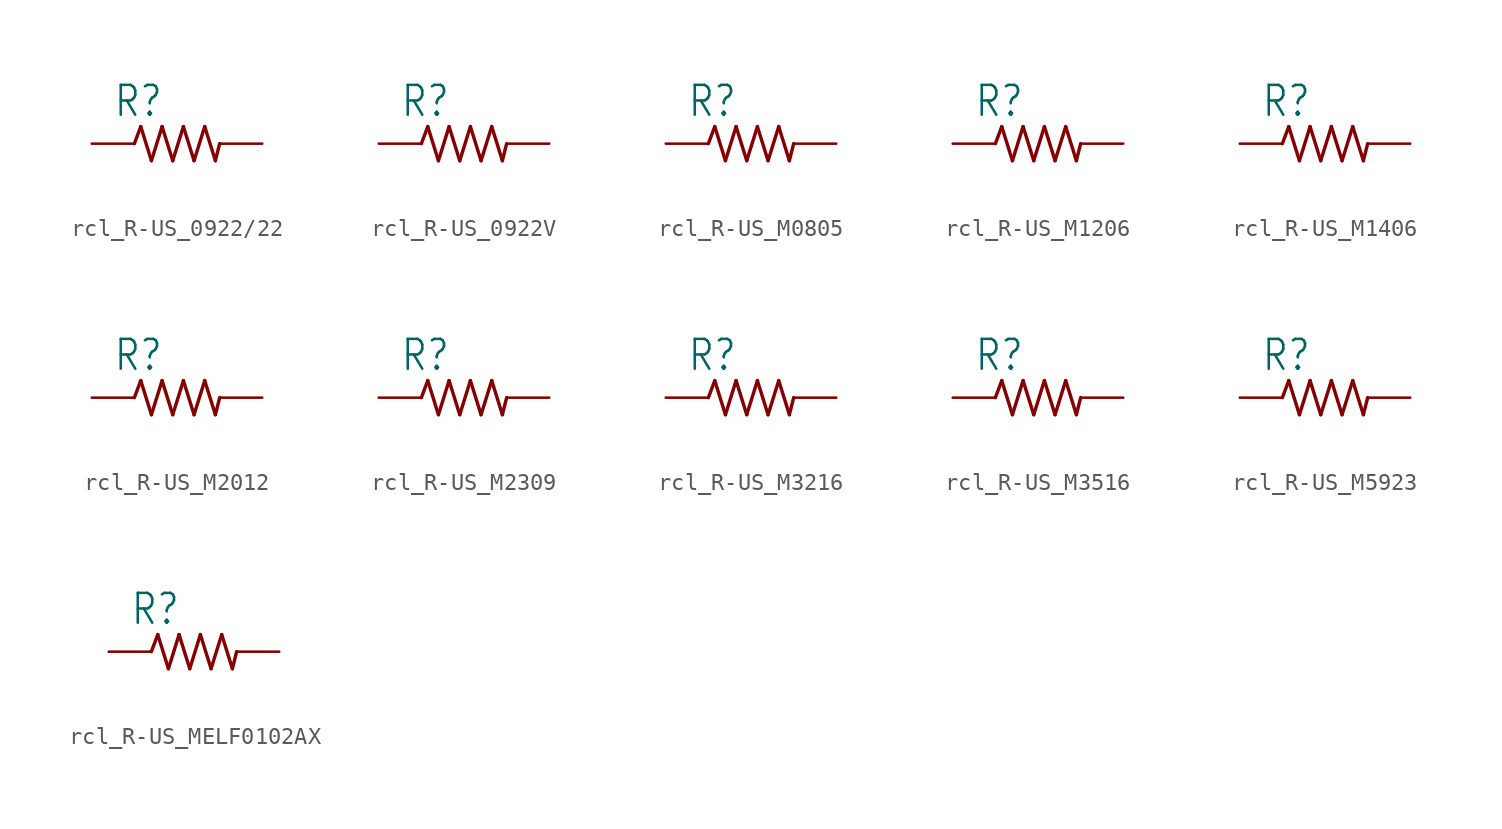
<source format=kicad_sym>
(kicad_symbol_lib
  (version 20231120)
  (generator "kicad_symbol_editor")
  (generator_version "8.0")
  (symbol "rcl_R-US_0922/22"
    (property "Reference" "R"
      (at -3.81 1.499 0)
      (effects (font (size 1.778 1.511)) (justify left bottom)))
    (property "Value" ""
      (at -3.81 -3.302 0)
      (effects (font (size 1.778 1.511)) (justify left bottom)))
    (property "ki_locked" ""
      (at 0 0 0)
      (effects (font (size 1.27 1.27))))
    (symbol "rcl_R-US_0922/22_1_0"
      (polyline (pts (xy -2.54 0) (xy -2.159 1.016)) (stroke (width 0.203) (type solid)) (fill (type none)))
      (polyline (pts (xy -2.159 1.016) (xy -1.524 -1.016)) (stroke (width 0.203) (type solid)) (fill (type none)))
      (polyline (pts (xy -1.524 -1.016) (xy -0.889 1.016)) (stroke (width 0.203) (type solid)) (fill (type none)))
      (polyline (pts (xy -0.889 1.016) (xy -0.254 -1.016)) (stroke (width 0.203) (type solid)) (fill (type none)))
      (polyline (pts (xy -0.254 -1.016) (xy 0.381 1.016)) (stroke (width 0.203) (type solid)) (fill (type none)))
      (polyline (pts (xy 0.381 1.016) (xy 1.016 -1.016)) (stroke (width 0.203) (type solid)) (fill (type none)))
      (polyline (pts (xy 1.016 -1.016) (xy 1.651 1.016)) (stroke (width 0.203) (type solid)) (fill (type none)))
      (polyline (pts (xy 1.651 1.016) (xy 2.286 -1.016)) (stroke (width 0.203) (type solid)) (fill (type none)))
      (polyline (pts (xy 2.286 -1.016) (xy 2.54 0)) (stroke (width 0.203) (type solid)) (fill (type none)))
      (pin passive line (at -5.08 0 0) (length 2.54) (name "1" (effects (font (size 0 0)))) (number "1" (effects (font (size 0 0)))))
      (pin passive line (at 5.08 0 180) (length 2.54) (name "2" (effects (font (size 0 0)))) (number "2" (effects (font (size 0 0)))))))
  (symbol "rcl_R-US_0922V"
    (property "Reference" "R"
      (at -3.81 1.499 0)
      (effects (font (size 1.778 1.511)) (justify left bottom)))
    (property "Value" ""
      (at -3.81 -3.302 0)
      (effects (font (size 1.778 1.511)) (justify left bottom)))
    (property "ki_locked" ""
      (at 0 0 0)
      (effects (font (size 1.27 1.27))))
    (symbol "rcl_R-US_0922V_1_0"
      (polyline (pts (xy -2.54 0) (xy -2.159 1.016)) (stroke (width 0.203) (type solid)) (fill (type none)))
      (polyline (pts (xy -2.159 1.016) (xy -1.524 -1.016)) (stroke (width 0.203) (type solid)) (fill (type none)))
      (polyline (pts (xy -1.524 -1.016) (xy -0.889 1.016)) (stroke (width 0.203) (type solid)) (fill (type none)))
      (polyline (pts (xy -0.889 1.016) (xy -0.254 -1.016)) (stroke (width 0.203) (type solid)) (fill (type none)))
      (polyline (pts (xy -0.254 -1.016) (xy 0.381 1.016)) (stroke (width 0.203) (type solid)) (fill (type none)))
      (polyline (pts (xy 0.381 1.016) (xy 1.016 -1.016)) (stroke (width 0.203) (type solid)) (fill (type none)))
      (polyline (pts (xy 1.016 -1.016) (xy 1.651 1.016)) (stroke (width 0.203) (type solid)) (fill (type none)))
      (polyline (pts (xy 1.651 1.016) (xy 2.286 -1.016)) (stroke (width 0.203) (type solid)) (fill (type none)))
      (polyline (pts (xy 2.286 -1.016) (xy 2.54 0)) (stroke (width 0.203) (type solid)) (fill (type none)))
      (pin passive line (at -5.08 0 0) (length 2.54) (name "1" (effects (font (size 0 0)))) (number "1" (effects (font (size 0 0)))))
      (pin passive line (at 5.08 0 180) (length 2.54) (name "2" (effects (font (size 0 0)))) (number "2" (effects (font (size 0 0)))))))
  (symbol "rcl_R-US_M0805"
    (property "Reference" "R"
      (at -3.81 1.499 0)
      (effects (font (size 1.778 1.511)) (justify left bottom)))
    (property "Value" ""
      (at -3.81 -3.302 0)
      (effects (font (size 1.778 1.511)) (justify left bottom)))
    (property "ki_locked" ""
      (at 0 0 0)
      (effects (font (size 1.27 1.27))))
    (symbol "rcl_R-US_M0805_1_0"
      (polyline (pts (xy -2.54 0) (xy -2.159 1.016)) (stroke (width 0.203) (type solid)) (fill (type none)))
      (polyline (pts (xy -2.159 1.016) (xy -1.524 -1.016)) (stroke (width 0.203) (type solid)) (fill (type none)))
      (polyline (pts (xy -1.524 -1.016) (xy -0.889 1.016)) (stroke (width 0.203) (type solid)) (fill (type none)))
      (polyline (pts (xy -0.889 1.016) (xy -0.254 -1.016)) (stroke (width 0.203) (type solid)) (fill (type none)))
      (polyline (pts (xy -0.254 -1.016) (xy 0.381 1.016)) (stroke (width 0.203) (type solid)) (fill (type none)))
      (polyline (pts (xy 0.381 1.016) (xy 1.016 -1.016)) (stroke (width 0.203) (type solid)) (fill (type none)))
      (polyline (pts (xy 1.016 -1.016) (xy 1.651 1.016)) (stroke (width 0.203) (type solid)) (fill (type none)))
      (polyline (pts (xy 1.651 1.016) (xy 2.286 -1.016)) (stroke (width 0.203) (type solid)) (fill (type none)))
      (polyline (pts (xy 2.286 -1.016) (xy 2.54 0)) (stroke (width 0.203) (type solid)) (fill (type none)))
      (pin passive line (at -5.08 0 0) (length 2.54) (name "1" (effects (font (size 0 0)))) (number "1" (effects (font (size 0 0)))))
      (pin passive line (at 5.08 0 180) (length 2.54) (name "2" (effects (font (size 0 0)))) (number "2" (effects (font (size 0 0)))))))
  (symbol "rcl_R-US_M1206"
    (property "Reference" "R"
      (at -3.81 1.499 0)
      (effects (font (size 1.778 1.511)) (justify left bottom)))
    (property "Value" ""
      (at -3.81 -3.302 0)
      (effects (font (size 1.778 1.511)) (justify left bottom)))
    (property "ki_locked" ""
      (at 0 0 0)
      (effects (font (size 1.27 1.27))))
    (symbol "rcl_R-US_M1206_1_0"
      (polyline (pts (xy -2.54 0) (xy -2.159 1.016)) (stroke (width 0.203) (type solid)) (fill (type none)))
      (polyline (pts (xy -2.159 1.016) (xy -1.524 -1.016)) (stroke (width 0.203) (type solid)) (fill (type none)))
      (polyline (pts (xy -1.524 -1.016) (xy -0.889 1.016)) (stroke (width 0.203) (type solid)) (fill (type none)))
      (polyline (pts (xy -0.889 1.016) (xy -0.254 -1.016)) (stroke (width 0.203) (type solid)) (fill (type none)))
      (polyline (pts (xy -0.254 -1.016) (xy 0.381 1.016)) (stroke (width 0.203) (type solid)) (fill (type none)))
      (polyline (pts (xy 0.381 1.016) (xy 1.016 -1.016)) (stroke (width 0.203) (type solid)) (fill (type none)))
      (polyline (pts (xy 1.016 -1.016) (xy 1.651 1.016)) (stroke (width 0.203) (type solid)) (fill (type none)))
      (polyline (pts (xy 1.651 1.016) (xy 2.286 -1.016)) (stroke (width 0.203) (type solid)) (fill (type none)))
      (polyline (pts (xy 2.286 -1.016) (xy 2.54 0)) (stroke (width 0.203) (type solid)) (fill (type none)))
      (pin passive line (at -5.08 0 0) (length 2.54) (name "1" (effects (font (size 0 0)))) (number "1" (effects (font (size 0 0)))))
      (pin passive line (at 5.08 0 180) (length 2.54) (name "2" (effects (font (size 0 0)))) (number "2" (effects (font (size 0 0)))))))
  (symbol "rcl_R-US_M1406"
    (property "Reference" "R"
      (at -3.81 1.499 0)
      (effects (font (size 1.778 1.511)) (justify left bottom)))
    (property "Value" ""
      (at -3.81 -3.302 0)
      (effects (font (size 1.778 1.511)) (justify left bottom)))
    (property "ki_locked" ""
      (at 0 0 0)
      (effects (font (size 1.27 1.27))))
    (symbol "rcl_R-US_M1406_1_0"
      (polyline (pts (xy -2.54 0) (xy -2.159 1.016)) (stroke (width 0.203) (type solid)) (fill (type none)))
      (polyline (pts (xy -2.159 1.016) (xy -1.524 -1.016)) (stroke (width 0.203) (type solid)) (fill (type none)))
      (polyline (pts (xy -1.524 -1.016) (xy -0.889 1.016)) (stroke (width 0.203) (type solid)) (fill (type none)))
      (polyline (pts (xy -0.889 1.016) (xy -0.254 -1.016)) (stroke (width 0.203) (type solid)) (fill (type none)))
      (polyline (pts (xy -0.254 -1.016) (xy 0.381 1.016)) (stroke (width 0.203) (type solid)) (fill (type none)))
      (polyline (pts (xy 0.381 1.016) (xy 1.016 -1.016)) (stroke (width 0.203) (type solid)) (fill (type none)))
      (polyline (pts (xy 1.016 -1.016) (xy 1.651 1.016)) (stroke (width 0.203) (type solid)) (fill (type none)))
      (polyline (pts (xy 1.651 1.016) (xy 2.286 -1.016)) (stroke (width 0.203) (type solid)) (fill (type none)))
      (polyline (pts (xy 2.286 -1.016) (xy 2.54 0)) (stroke (width 0.203) (type solid)) (fill (type none)))
      (pin passive line (at -5.08 0 0) (length 2.54) (name "1" (effects (font (size 0 0)))) (number "1" (effects (font (size 0 0)))))
      (pin passive line (at 5.08 0 180) (length 2.54) (name "2" (effects (font (size 0 0)))) (number "2" (effects (font (size 0 0)))))))
  (symbol "rcl_R-US_M2012"
    (property "Reference" "R"
      (at -3.81 1.499 0)
      (effects (font (size 1.778 1.511)) (justify left bottom)))
    (property "Value" ""
      (at -3.81 -3.302 0)
      (effects (font (size 1.778 1.511)) (justify left bottom)))
    (property "ki_locked" ""
      (at 0 0 0)
      (effects (font (size 1.27 1.27))))
    (symbol "rcl_R-US_M2012_1_0"
      (polyline (pts (xy -2.54 0) (xy -2.159 1.016)) (stroke (width 0.203) (type solid)) (fill (type none)))
      (polyline (pts (xy -2.159 1.016) (xy -1.524 -1.016)) (stroke (width 0.203) (type solid)) (fill (type none)))
      (polyline (pts (xy -1.524 -1.016) (xy -0.889 1.016)) (stroke (width 0.203) (type solid)) (fill (type none)))
      (polyline (pts (xy -0.889 1.016) (xy -0.254 -1.016)) (stroke (width 0.203) (type solid)) (fill (type none)))
      (polyline (pts (xy -0.254 -1.016) (xy 0.381 1.016)) (stroke (width 0.203) (type solid)) (fill (type none)))
      (polyline (pts (xy 0.381 1.016) (xy 1.016 -1.016)) (stroke (width 0.203) (type solid)) (fill (type none)))
      (polyline (pts (xy 1.016 -1.016) (xy 1.651 1.016)) (stroke (width 0.203) (type solid)) (fill (type none)))
      (polyline (pts (xy 1.651 1.016) (xy 2.286 -1.016)) (stroke (width 0.203) (type solid)) (fill (type none)))
      (polyline (pts (xy 2.286 -1.016) (xy 2.54 0)) (stroke (width 0.203) (type solid)) (fill (type none)))
      (pin passive line (at -5.08 0 0) (length 2.54) (name "1" (effects (font (size 0 0)))) (number "1" (effects (font (size 0 0)))))
      (pin passive line (at 5.08 0 180) (length 2.54) (name "2" (effects (font (size 0 0)))) (number "2" (effects (font (size 0 0)))))))
  (symbol "rcl_R-US_M2309"
    (property "Reference" "R"
      (at -3.81 1.499 0)
      (effects (font (size 1.778 1.511)) (justify left bottom)))
    (property "Value" ""
      (at -3.81 -3.302 0)
      (effects (font (size 1.778 1.511)) (justify left bottom)))
    (property "ki_locked" ""
      (at 0 0 0)
      (effects (font (size 1.27 1.27))))
    (symbol "rcl_R-US_M2309_1_0"
      (polyline (pts (xy -2.54 0) (xy -2.159 1.016)) (stroke (width 0.203) (type solid)) (fill (type none)))
      (polyline (pts (xy -2.159 1.016) (xy -1.524 -1.016)) (stroke (width 0.203) (type solid)) (fill (type none)))
      (polyline (pts (xy -1.524 -1.016) (xy -0.889 1.016)) (stroke (width 0.203) (type solid)) (fill (type none)))
      (polyline (pts (xy -0.889 1.016) (xy -0.254 -1.016)) (stroke (width 0.203) (type solid)) (fill (type none)))
      (polyline (pts (xy -0.254 -1.016) (xy 0.381 1.016)) (stroke (width 0.203) (type solid)) (fill (type none)))
      (polyline (pts (xy 0.381 1.016) (xy 1.016 -1.016)) (stroke (width 0.203) (type solid)) (fill (type none)))
      (polyline (pts (xy 1.016 -1.016) (xy 1.651 1.016)) (stroke (width 0.203) (type solid)) (fill (type none)))
      (polyline (pts (xy 1.651 1.016) (xy 2.286 -1.016)) (stroke (width 0.203) (type solid)) (fill (type none)))
      (polyline (pts (xy 2.286 -1.016) (xy 2.54 0)) (stroke (width 0.203) (type solid)) (fill (type none)))
      (pin passive line (at -5.08 0 0) (length 2.54) (name "1" (effects (font (size 0 0)))) (number "1" (effects (font (size 0 0)))))
      (pin passive line (at 5.08 0 180) (length 2.54) (name "2" (effects (font (size 0 0)))) (number "2" (effects (font (size 0 0)))))))
  (symbol "rcl_R-US_M3216"
    (property "Reference" "R"
      (at -3.81 1.499 0)
      (effects (font (size 1.778 1.511)) (justify left bottom)))
    (property "Value" ""
      (at -3.81 -3.302 0)
      (effects (font (size 1.778 1.511)) (justify left bottom)))
    (property "ki_locked" ""
      (at 0 0 0)
      (effects (font (size 1.27 1.27))))
    (symbol "rcl_R-US_M3216_1_0"
      (polyline (pts (xy -2.54 0) (xy -2.159 1.016)) (stroke (width 0.203) (type solid)) (fill (type none)))
      (polyline (pts (xy -2.159 1.016) (xy -1.524 -1.016)) (stroke (width 0.203) (type solid)) (fill (type none)))
      (polyline (pts (xy -1.524 -1.016) (xy -0.889 1.016)) (stroke (width 0.203) (type solid)) (fill (type none)))
      (polyline (pts (xy -0.889 1.016) (xy -0.254 -1.016)) (stroke (width 0.203) (type solid)) (fill (type none)))
      (polyline (pts (xy -0.254 -1.016) (xy 0.381 1.016)) (stroke (width 0.203) (type solid)) (fill (type none)))
      (polyline (pts (xy 0.381 1.016) (xy 1.016 -1.016)) (stroke (width 0.203) (type solid)) (fill (type none)))
      (polyline (pts (xy 1.016 -1.016) (xy 1.651 1.016)) (stroke (width 0.203) (type solid)) (fill (type none)))
      (polyline (pts (xy 1.651 1.016) (xy 2.286 -1.016)) (stroke (width 0.203) (type solid)) (fill (type none)))
      (polyline (pts (xy 2.286 -1.016) (xy 2.54 0)) (stroke (width 0.203) (type solid)) (fill (type none)))
      (pin passive line (at -5.08 0 0) (length 2.54) (name "1" (effects (font (size 0 0)))) (number "1" (effects (font (size 0 0)))))
      (pin passive line (at 5.08 0 180) (length 2.54) (name "2" (effects (font (size 0 0)))) (number "2" (effects (font (size 0 0)))))))
  (symbol "rcl_R-US_M3516"
    (property "Reference" "R"
      (at -3.81 1.499 0)
      (effects (font (size 1.778 1.511)) (justify left bottom)))
    (property "Value" ""
      (at -3.81 -3.302 0)
      (effects (font (size 1.778 1.511)) (justify left bottom)))
    (property "ki_locked" ""
      (at 0 0 0)
      (effects (font (size 1.27 1.27))))
    (symbol "rcl_R-US_M3516_1_0"
      (polyline (pts (xy -2.54 0) (xy -2.159 1.016)) (stroke (width 0.203) (type solid)) (fill (type none)))
      (polyline (pts (xy -2.159 1.016) (xy -1.524 -1.016)) (stroke (width 0.203) (type solid)) (fill (type none)))
      (polyline (pts (xy -1.524 -1.016) (xy -0.889 1.016)) (stroke (width 0.203) (type solid)) (fill (type none)))
      (polyline (pts (xy -0.889 1.016) (xy -0.254 -1.016)) (stroke (width 0.203) (type solid)) (fill (type none)))
      (polyline (pts (xy -0.254 -1.016) (xy 0.381 1.016)) (stroke (width 0.203) (type solid)) (fill (type none)))
      (polyline (pts (xy 0.381 1.016) (xy 1.016 -1.016)) (stroke (width 0.203) (type solid)) (fill (type none)))
      (polyline (pts (xy 1.016 -1.016) (xy 1.651 1.016)) (stroke (width 0.203) (type solid)) (fill (type none)))
      (polyline (pts (xy 1.651 1.016) (xy 2.286 -1.016)) (stroke (width 0.203) (type solid)) (fill (type none)))
      (polyline (pts (xy 2.286 -1.016) (xy 2.54 0)) (stroke (width 0.203) (type solid)) (fill (type none)))
      (pin passive line (at -5.08 0 0) (length 2.54) (name "1" (effects (font (size 0 0)))) (number "1" (effects (font (size 0 0)))))
      (pin passive line (at 5.08 0 180) (length 2.54) (name "2" (effects (font (size 0 0)))) (number "2" (effects (font (size 0 0)))))))
  (symbol "rcl_R-US_M5923"
    (property "Reference" "R"
      (at -3.81 1.499 0)
      (effects (font (size 1.778 1.511)) (justify left bottom)))
    (property "Value" ""
      (at -3.81 -3.302 0)
      (effects (font (size 1.778 1.511)) (justify left bottom)))
    (property "ki_locked" ""
      (at 0 0 0)
      (effects (font (size 1.27 1.27))))
    (symbol "rcl_R-US_M5923_1_0"
      (polyline (pts (xy -2.54 0) (xy -2.159 1.016)) (stroke (width 0.203) (type solid)) (fill (type none)))
      (polyline (pts (xy -2.159 1.016) (xy -1.524 -1.016)) (stroke (width 0.203) (type solid)) (fill (type none)))
      (polyline (pts (xy -1.524 -1.016) (xy -0.889 1.016)) (stroke (width 0.203) (type solid)) (fill (type none)))
      (polyline (pts (xy -0.889 1.016) (xy -0.254 -1.016)) (stroke (width 0.203) (type solid)) (fill (type none)))
      (polyline (pts (xy -0.254 -1.016) (xy 0.381 1.016)) (stroke (width 0.203) (type solid)) (fill (type none)))
      (polyline (pts (xy 0.381 1.016) (xy 1.016 -1.016)) (stroke (width 0.203) (type solid)) (fill (type none)))
      (polyline (pts (xy 1.016 -1.016) (xy 1.651 1.016)) (stroke (width 0.203) (type solid)) (fill (type none)))
      (polyline (pts (xy 1.651 1.016) (xy 2.286 -1.016)) (stroke (width 0.203) (type solid)) (fill (type none)))
      (polyline (pts (xy 2.286 -1.016) (xy 2.54 0)) (stroke (width 0.203) (type solid)) (fill (type none)))
      (pin passive line (at -5.08 0 0) (length 2.54) (name "1" (effects (font (size 0 0)))) (number "1" (effects (font (size 0 0)))))
      (pin passive line (at 5.08 0 180) (length 2.54) (name "2" (effects (font (size 0 0)))) (number "2" (effects (font (size 0 0)))))))
  (symbol "rcl_R-US_MELF0102AX"
    (property "Reference" "R"
      (at -3.81 1.499 0)
      (effects (font (size 1.778 1.511)) (justify left bottom)))
    (property "Value" ""
      (at -3.81 -3.302 0)
      (effects (font (size 1.778 1.511)) (justify left bottom)))
    (property "ki_locked" ""
      (at 0 0 0)
      (effects (font (size 1.27 1.27))))
    (symbol "rcl_R-US_MELF0102AX_1_0"
      (polyline (pts (xy -2.54 0) (xy -2.159 1.016)) (stroke (width 0.203) (type solid)) (fill (type none)))
      (polyline (pts (xy -2.159 1.016) (xy -1.524 -1.016)) (stroke (width 0.203) (type solid)) (fill (type none)))
      (polyline (pts (xy -1.524 -1.016) (xy -0.889 1.016)) (stroke (width 0.203) (type solid)) (fill (type none)))
      (polyline (pts (xy -0.889 1.016) (xy -0.254 -1.016)) (stroke (width 0.203) (type solid)) (fill (type none)))
      (polyline (pts (xy -0.254 -1.016) (xy 0.381 1.016)) (stroke (width 0.203) (type solid)) (fill (type none)))
      (polyline (pts (xy 0.381 1.016) (xy 1.016 -1.016)) (stroke (width 0.203) (type solid)) (fill (type none)))
      (polyline (pts (xy 1.016 -1.016) (xy 1.651 1.016)) (stroke (width 0.203) (type solid)) (fill (type none)))
      (polyline (pts (xy 1.651 1.016) (xy 2.286 -1.016)) (stroke (width 0.203) (type solid)) (fill (type none)))
      (polyline (pts (xy 2.286 -1.016) (xy 2.54 0)) (stroke (width 0.203) (type solid)) (fill (type none)))
      (pin passive line (at -5.08 0 0) (length 2.54) (name "1" (effects (font (size 0 0)))) (number "1" (effects (font (size 0 0)))))
      (pin passive line (at 5.08 0 180) (length 2.54) (name "2" (effects (font (size 0 0)))) (number "2" (effects (font (size 0 0))))))))
</source>
